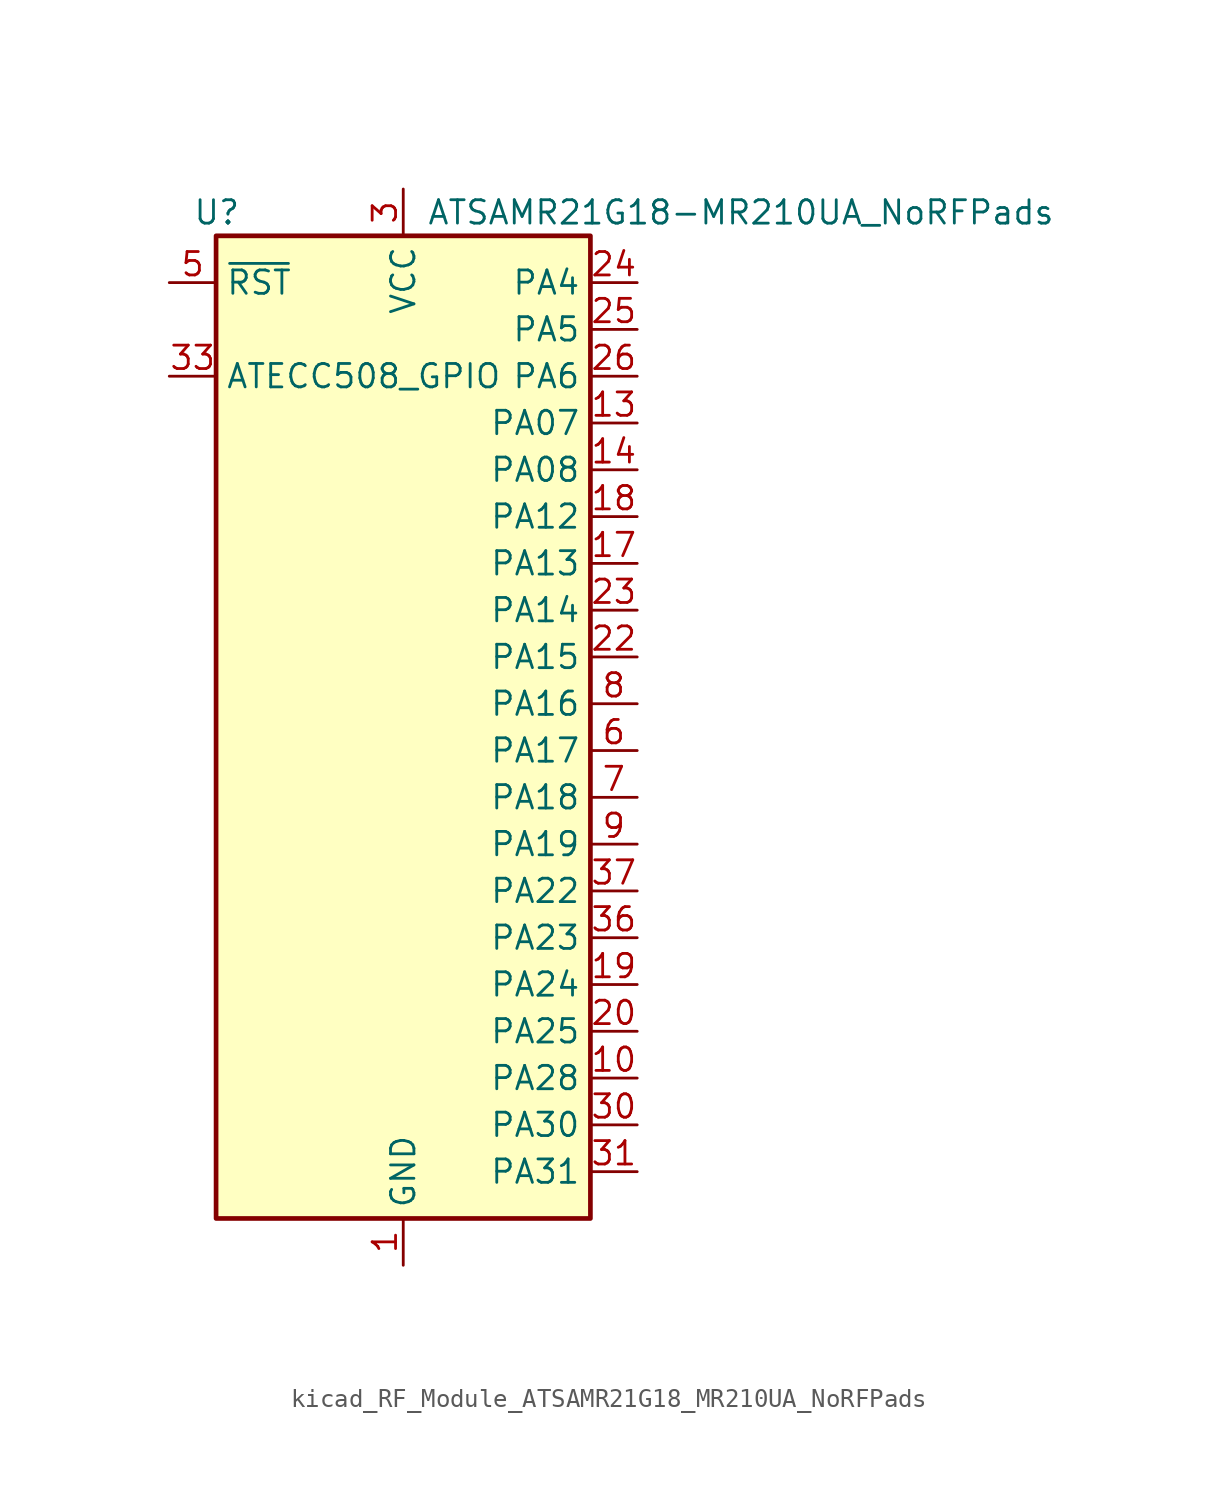
<source format=kicad_sym>
(kicad_symbol_lib
  (version 20220914)
  (generator kicad_symbol_editor)
  (symbol "kicad_RF_Module_ATSAMR21G18_MR210UA_NoRFPads"
    (property "Reference" "U"
      (at -11.43 29.21 0)
      (effects (font (size 1.27 1.27)) (justify left)))
    (property "Value" "ATSAMR21G18-MR210UA_NoRFPads"
      (at 1.27 29.21 0)
      (effects (font (size 1.27 1.27)) (justify left)))
    (symbol "kicad_RF_Module_ATSAMR21G18_MR210UA_NoRFPads_1_1"
      (rectangle (start -10.16 27.94) (end 10.16 -25.4) (stroke (width 0.254) (type default)) (fill (type background)))
      (pin power_in line (at 0 -27.94 90) (length 2.54) (name "GND" (effects (font (size 1.27 1.27)))) (number "1" (effects (font (size 1.27 1.27)))))
      (pin bidirectional line (at 12.7 -17.78 180) (length 2.54) (name "PA28" (effects (font (size 1.27 1.27)))) (number "10" (effects (font (size 1.27 1.27)))))
      (pin no_connect line (at -10.16 15.24 0) (length 2.54) hide (name "NC" (effects (font (size 1.27 1.27)))) (number "11" (effects (font (size 1.27 1.27)))))
      (pin passive line (at 0 -27.94 90) (length 2.54) hide (name "GND" (effects (font (size 1.27 1.27)))) (number "12" (effects (font (size 1.27 1.27)))))
      (pin bidirectional line (at 12.7 17.78 180) (length 2.54) (name "PA07" (effects (font (size 1.27 1.27)))) (number "13" (effects (font (size 1.27 1.27)))))
      (pin bidirectional line (at 12.7 15.24 180) (length 2.54) (name "PA08" (effects (font (size 1.27 1.27)))) (number "14" (effects (font (size 1.27 1.27)))))
      (pin no_connect line (at -10.16 12.7 0) (length 2.54) hide (name "NC" (effects (font (size 1.27 1.27)))) (number "15" (effects (font (size 1.27 1.27)))))
      (pin no_connect line (at -10.16 10.16 0) (length 2.54) hide (name "NC" (effects (font (size 1.27 1.27)))) (number "16" (effects (font (size 1.27 1.27)))))
      (pin bidirectional line (at 12.7 10.16 180) (length 2.54) (name "PA13" (effects (font (size 1.27 1.27)))) (number "17" (effects (font (size 1.27 1.27)))))
      (pin bidirectional line (at 12.7 12.7 180) (length 2.54) (name "PA12" (effects (font (size 1.27 1.27)))) (number "18" (effects (font (size 1.27 1.27)))))
      (pin bidirectional line (at 12.7 -12.7 180) (length 2.54) (name "PA24" (effects (font (size 1.27 1.27)))) (number "19" (effects (font (size 1.27 1.27)))))
      (pin passive line (at 0 -27.94 90) (length 2.54) hide (name "GND" (effects (font (size 1.27 1.27)))) (number "2" (effects (font (size 1.27 1.27)))))
      (pin bidirectional line (at 12.7 -15.24 180) (length 2.54) (name "PA25" (effects (font (size 1.27 1.27)))) (number "20" (effects (font (size 1.27 1.27)))))
      (pin no_connect line (at -10.16 7.62 0) (length 2.54) hide (name "NC" (effects (font (size 1.27 1.27)))) (number "21" (effects (font (size 1.27 1.27)))))
      (pin bidirectional line (at 12.7 5.08 180) (length 2.54) (name "PA15" (effects (font (size 1.27 1.27)))) (number "22" (effects (font (size 1.27 1.27)))))
      (pin bidirectional line (at 12.7 7.62 180) (length 2.54) (name "PA14" (effects (font (size 1.27 1.27)))) (number "23" (effects (font (size 1.27 1.27)))))
      (pin bidirectional line (at 12.7 25.4 180) (length 2.54) (name "PA4" (effects (font (size 1.27 1.27)))) (number "24" (effects (font (size 1.27 1.27)))))
      (pin bidirectional line (at 12.7 22.86 180) (length 2.54) (name "PA5" (effects (font (size 1.27 1.27)))) (number "25" (effects (font (size 1.27 1.27)))))
      (pin bidirectional line (at 12.7 20.32 180) (length 2.54) (name "PA6" (effects (font (size 1.27 1.27)))) (number "26" (effects (font (size 1.27 1.27)))))
      (pin no_connect line (at -10.16 5.08 0) (length 2.54) hide (name "NC" (effects (font (size 1.27 1.27)))) (number "27" (effects (font (size 1.27 1.27)))))
      (pin no_connect line (at -10.16 2.54 0) (length 2.54) hide (name "NC" (effects (font (size 1.27 1.27)))) (number "28" (effects (font (size 1.27 1.27)))))
      (pin passive line (at 0 -27.94 90) (length 2.54) hide (name "GND" (effects (font (size 1.27 1.27)))) (number "29" (effects (font (size 1.27 1.27)))))
      (pin power_in line (at 0 30.48 270) (length 2.54) (name "VCC" (effects (font (size 1.27 1.27)))) (number "3" (effects (font (size 1.27 1.27)))))
      (pin bidirectional line (at 12.7 -20.32 180) (length 2.54) (name "PA30" (effects (font (size 1.27 1.27)))) (number "30" (effects (font (size 1.27 1.27)))))
      (pin bidirectional line (at 12.7 -22.86 180) (length 2.54) (name "PA31" (effects (font (size 1.27 1.27)))) (number "31" (effects (font (size 1.27 1.27)))))
      (pin no_connect line (at -10.16 0 0) (length 2.54) hide (name "NC" (effects (font (size 1.27 1.27)))) (number "32" (effects (font (size 1.27 1.27)))))
      (pin bidirectional line (at -12.7 20.32 0) (length 2.54) (name "ATECC508_GPIO" (effects (font (size 1.27 1.27)))) (number "33" (effects (font (size 1.27 1.27)))))
      (pin no_connect line (at -10.16 -2.54 0) (length 2.54) hide (name "NC" (effects (font (size 1.27 1.27)))) (number "34" (effects (font (size 1.27 1.27)))))
      (pin no_connect line (at -10.16 -5.08 0) (length 2.54) hide (name "NC" (effects (font (size 1.27 1.27)))) (number "35" (effects (font (size 1.27 1.27)))))
      (pin bidirectional line (at 12.7 -10.16 180) (length 2.54) (name "PA23" (effects (font (size 1.27 1.27)))) (number "36" (effects (font (size 1.27 1.27)))))
      (pin bidirectional line (at 12.7 -7.62 180) (length 2.54) (name "PA22" (effects (font (size 1.27 1.27)))) (number "37" (effects (font (size 1.27 1.27)))))
      (pin no_connect line (at -10.16 -7.62 0) (length 2.54) hide (name "NC" (effects (font (size 1.27 1.27)))) (number "38" (effects (font (size 1.27 1.27)))))
      (pin no_connect line (at -10.16 -10.16 0) (length 2.54) hide (name "NC" (effects (font (size 1.27 1.27)))) (number "39" (effects (font (size 1.27 1.27)))))
      (pin passive line (at 0 30.48 270) (length 2.54) hide (name "VCC" (effects (font (size 1.27 1.27)))) (number "4" (effects (font (size 1.27 1.27)))))
      (pin no_connect line (at -10.16 -12.7 0) (length 2.54) hide (name "NC" (effects (font (size 1.27 1.27)))) (number "40" (effects (font (size 1.27 1.27)))))
      (pin passive line (at 0 -27.94 90) (length 2.54) hide (name "GND" (effects (font (size 1.27 1.27)))) (number "41" (effects (font (size 1.27 1.27)))))
      (pin passive line (at 0 -27.94 90) (length 2.54) hide (name "GND" (effects (font (size 1.27 1.27)))) (number "42" (effects (font (size 1.27 1.27)))))
      (pin input line (at -12.7 25.4 0) (length 2.54) (name "~{RST}" (effects (font (size 1.27 1.27)))) (number "5" (effects (font (size 1.27 1.27)))))
      (pin bidirectional line (at 12.7 0 180) (length 2.54) (name "PA17" (effects (font (size 1.27 1.27)))) (number "6" (effects (font (size 1.27 1.27)))))
      (pin bidirectional line (at 12.7 -2.54 180) (length 2.54) (name "PA18" (effects (font (size 1.27 1.27)))) (number "7" (effects (font (size 1.27 1.27)))))
      (pin bidirectional line (at 12.7 2.54 180) (length 2.54) (name "PA16" (effects (font (size 1.27 1.27)))) (number "8" (effects (font (size 1.27 1.27)))))
      (pin bidirectional line (at 12.7 -5.08 180) (length 2.54) (name "PA19" (effects (font (size 1.27 1.27)))) (number "9" (effects (font (size 1.27 1.27))))))))
</source>
